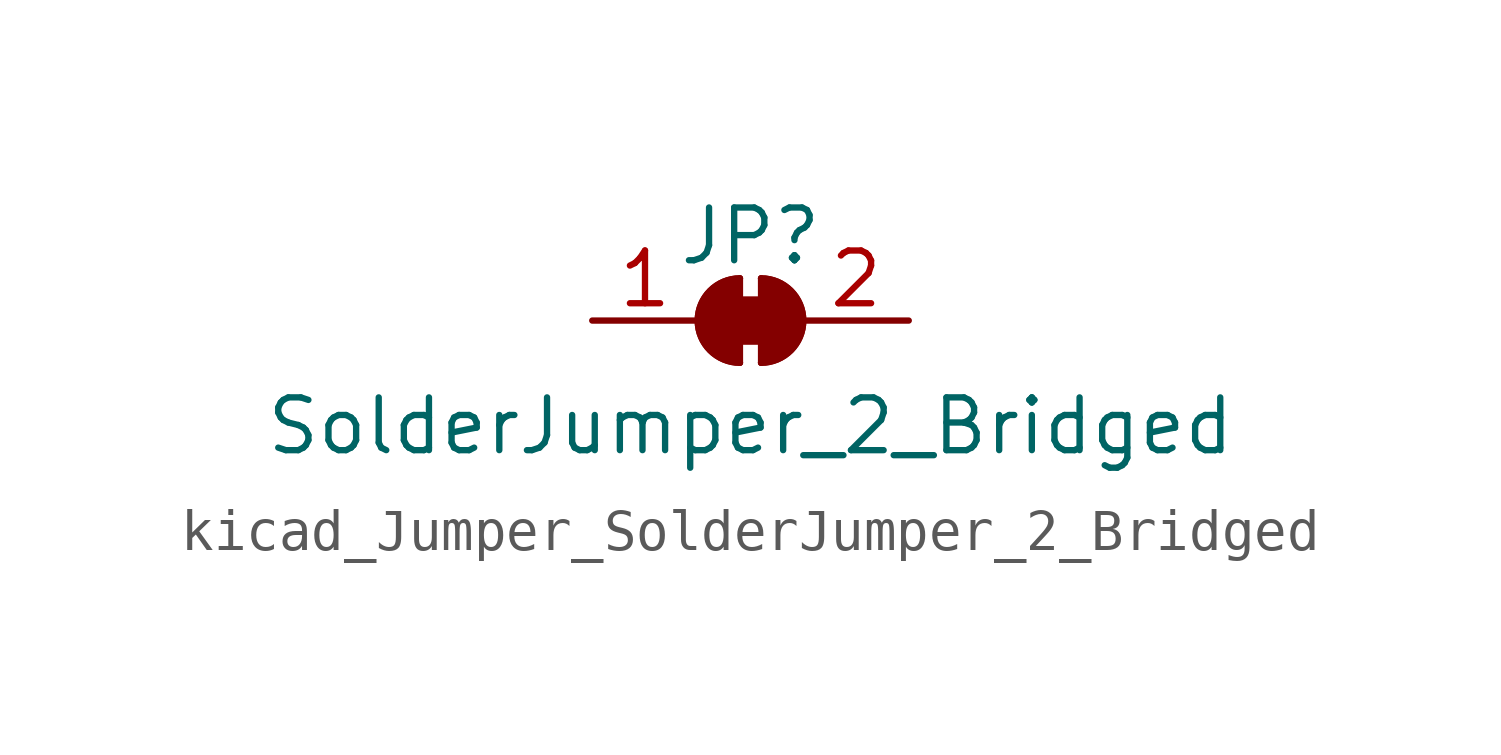
<source format=kicad_sym>
(kicad_symbol_lib
  (version 20220914)
  (generator kicad_symbol_editor)
  (symbol "kicad_Jumper_SolderJumper_2_Bridged"
    (pin_names
      (offset 0) hide)
    (property "Reference" "JP"
      (at 0 2.032 0)
      (effects (font (size 1.27 1.27))))
    (property "Value" "SolderJumper_2_Bridged"
      (at 0 -2.54 0)
      (effects (font (size 1.27 1.27))))
    (symbol "kicad_Jumper_SolderJumper_2_Bridged_0_1"
      (rectangle (start -0.508 0.508) (end 0.508 -0.508) (stroke (width 0) (type default)) (fill (type outline)))
      (arc (start -0.254 1.016) (mid -1.2656 0) (end -0.254 -1.016) (stroke (width 0) (type default)) (fill (type none)))
      (arc (start -0.254 1.016) (mid -1.2656 0) (end -0.254 -1.016) (stroke (width 0) (type default)) (fill (type outline)))
      (polyline (pts (xy -0.254 1.016) (xy -0.254 -1.016)) (stroke (width 0) (type default)) (fill (type none)))
      (polyline (pts (xy 0.254 1.016) (xy 0.254 -1.016)) (stroke (width 0) (type default)) (fill (type none)))
      (arc (start 0.254 -1.016) (mid 1.2656 0) (end 0.254 1.016) (stroke (width 0) (type default)) (fill (type none)))
      (arc (start 0.254 -1.016) (mid 1.2656 0) (end 0.254 1.016) (stroke (width 0) (type default)) (fill (type outline))))
    (symbol "kicad_Jumper_SolderJumper_2_Bridged_1_1"
      (pin passive line (at -3.81 0 0) (length 2.54) (name "A" (effects (font (size 1.27 1.27)))) (number "1" (effects (font (size 1.27 1.27)))))
      (pin passive line (at 3.81 0 180) (length 2.54) (name "B" (effects (font (size 1.27 1.27)))) (number "2" (effects (font (size 1.27 1.27))))))))
</source>
